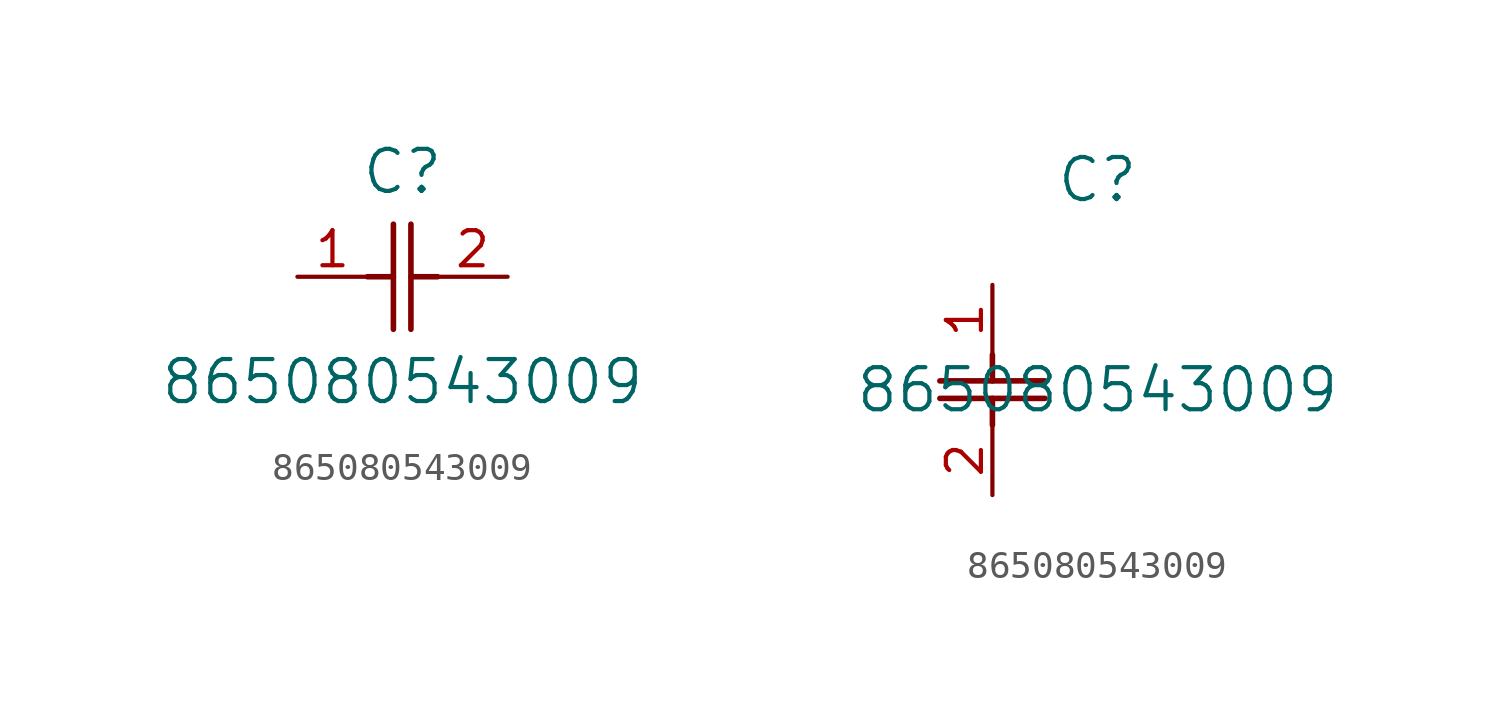
<source format=kicad_sym>
(kicad_symbol_lib
  (version 20211014)
  (generator kicad_symbol_editor)
  (symbol "865080543009"
    (pin_names
      (offset 0.254))
    (property "Reference" "C"
      (at 3.81 3.81 0)
      (effects (font (size 1.524 1.524))))
    (property "Value" "865080543009"
      (at 3.81 -3.81 0)
      (effects (font (size 1.524 1.524))))
    (symbol "865080543009_1_1"
      (polyline (pts (xy 3.48 -1.905) (xy 3.48 1.905)) (stroke (width 0.203) (type default) (color 0 0 0 0)) (fill (type none)))
      (polyline (pts (xy 4.115 -1.905) (xy 4.115 1.905)) (stroke (width 0.203) (type default) (color 0 0 0 0)) (fill (type none)))
      (polyline (pts (xy 4.115 0) (xy 5.08 0)) (stroke (width 0.203) (type default) (color 0 0 0 0)) (fill (type none)))
      (polyline (pts (xy 2.54 0) (xy 3.48 0)) (stroke (width 0.203) (type default) (color 0 0 0 0)) (fill (type none)))
      (pin unspecified line (at 0 0 0) (length 2.54) (name "" (effects (font (size 1.27 1.27)))) (number "1" (effects (font (size 1.27 1.27)))))
      (pin unspecified line (at 7.62 0 180) (length 2.54) (name "" (effects (font (size 1.27 1.27)))) (number "2" (effects (font (size 1.27 1.27))))))
    (symbol "865080543009_1_2"
      (polyline (pts (xy -1.905 -3.48) (xy 1.905 -3.48)) (stroke (width 0.203) (type default) (color 0 0 0 0)) (fill (type none)))
      (polyline (pts (xy -1.905 -4.115) (xy 1.905 -4.115)) (stroke (width 0.203) (type default) (color 0 0 0 0)) (fill (type none)))
      (polyline (pts (xy 0 -4.115) (xy 0 -5.08)) (stroke (width 0.203) (type default) (color 0 0 0 0)) (fill (type none)))
      (polyline (pts (xy 0 -2.54) (xy 0 -3.48)) (stroke (width 0.203) (type default) (color 0 0 0 0)) (fill (type none)))
      (pin unspecified line (at 0 0 270) (length 2.54) (name "" (effects (font (size 1.27 1.27)))) (number "1" (effects (font (size 1.27 1.27)))))
      (pin unspecified line (at 0 -7.62 90) (length 2.54) (name "" (effects (font (size 1.27 1.27)))) (number "2" (effects (font (size 1.27 1.27))))))))
</source>
